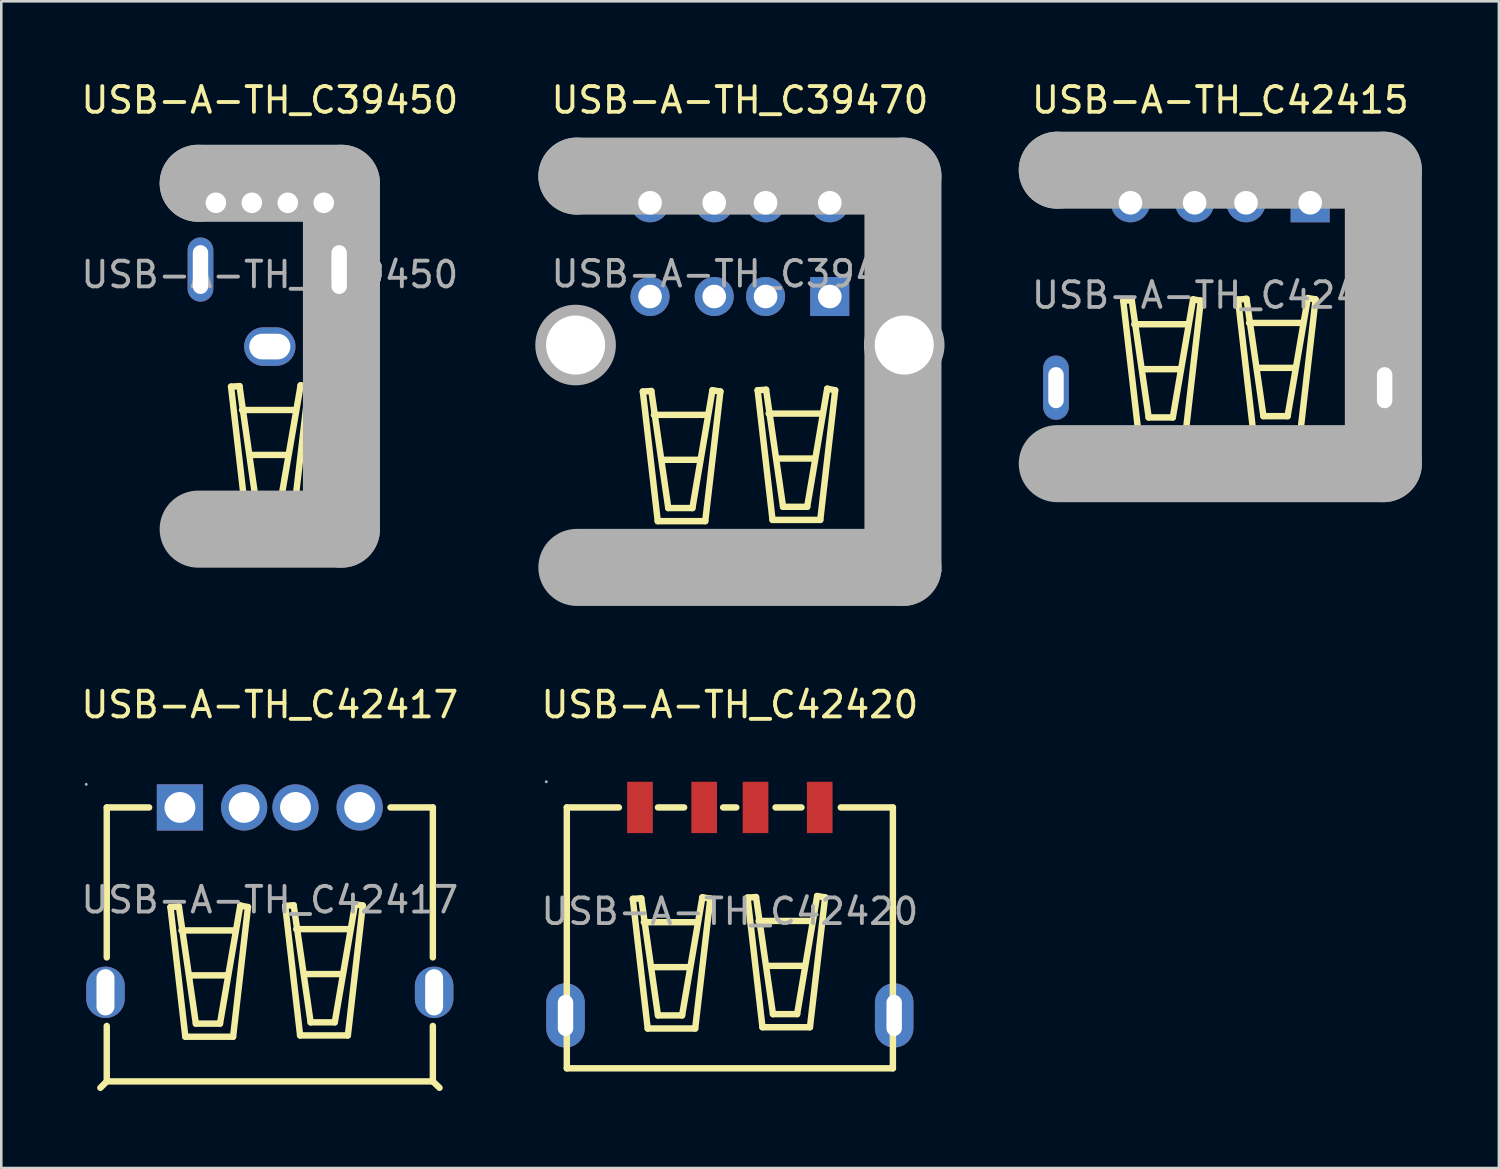
<source format=kicad_pcb>
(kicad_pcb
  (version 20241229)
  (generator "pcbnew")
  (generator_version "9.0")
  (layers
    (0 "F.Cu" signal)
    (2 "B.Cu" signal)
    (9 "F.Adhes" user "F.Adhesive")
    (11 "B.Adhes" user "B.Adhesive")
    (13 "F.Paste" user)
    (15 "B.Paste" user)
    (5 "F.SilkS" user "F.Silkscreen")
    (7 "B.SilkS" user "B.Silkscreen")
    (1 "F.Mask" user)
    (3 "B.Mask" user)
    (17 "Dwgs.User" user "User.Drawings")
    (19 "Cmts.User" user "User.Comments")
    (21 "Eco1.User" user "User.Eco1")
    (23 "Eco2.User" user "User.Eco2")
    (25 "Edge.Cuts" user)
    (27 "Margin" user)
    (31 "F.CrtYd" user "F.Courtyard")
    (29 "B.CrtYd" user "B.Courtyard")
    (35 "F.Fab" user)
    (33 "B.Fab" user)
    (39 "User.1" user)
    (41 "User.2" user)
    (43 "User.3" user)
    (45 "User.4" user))
  (footprint "USB-A-TH_C39450"
    (layer "F.Cu")
    (at 7.458 7.648)
    (property "Reference" "USB-A-TH_C39450" (at 0 -6.8 0) (layer "F.SilkS") (effects (font (size 1 1) (thickness 0.15))))
    (attr through_hole)
    (fp_line (start -1.51 4.36) (end -0.93 9.41) (stroke (width 0.25) (type solid)) (layer "F.SilkS"))
    (fp_line (start -1.18 4.34) (end -1.51 4.36) (stroke (width 0.25) (type solid)) (layer "F.SilkS"))
    (fp_line (start -1.08 5.27) (end 1 5.27) (stroke (width 0.25) (type solid)) (layer "F.SilkS"))
    (fp_line (start -0.93 9.41) (end 0.92 9.41) (stroke (width 0.25) (type solid)) (layer "F.SilkS"))
    (fp_line (start -0.75 7.02) (end 0.69 7.02) (stroke (width 0.25) (type solid)) (layer "F.SilkS"))
    (fp_line (start -0.53 8.9) (end -1.18 4.34) (stroke (width 0.25) (type solid)) (layer "F.SilkS"))
    (fp_line (start 0.41 8.9) (end -0.53 8.9) (stroke (width 0.25) (type solid)) (layer "F.SilkS"))
    (fp_line (start 0.92 9.41) (end 1.51 4.36) (stroke (width 0.25) (type solid)) (layer "F.SilkS"))
    (fp_line (start 1.2 4.31) (end 0.41 8.9) (stroke (width 0.25) (type solid)) (layer "F.SilkS"))
    (fp_line (start 1.51 4.36) (end 1.2 4.31) (stroke (width 0.25) (type solid)) (layer "F.SilkS"))
    (fp_line (start -2.79 -3.56) (end -2.79 -3.56) (stroke (width 3) (type solid)) (layer "F.Fab"))
    (fp_line (start -2.79 -3.56) (end 2.79 -3.56) (stroke (width 3) (type solid)) (layer "F.Fab"))
    (fp_line (start 2.79 -3.56) (end 2.79 9.91) (stroke (width 3) (type solid)) (layer "F.Fab"))
    (fp_line (start 2.79 9.91) (end -2.79 9.91) (stroke (width 3) (type solid)) (layer "F.Fab"))
    (fp_circle (center -3.2 -3.68) (end -3.17 -3.68) (stroke (width 0.06) (type solid)) (fill no) (layer "F.Fab"))
    (fp_circle (center -2.1 -2.8) (end -1.95 -2.8) (stroke (width 0.3) (type solid)) (fill no) (layer "F.Fab"))
    (fp_circle (center -0.7 -2.8) (end -0.55 -2.8) (stroke (width 0.3) (type solid)) (fill no) (layer "F.Fab"))
    (fp_circle (center 0.7 -2.8) (end 0.85 -2.8) (stroke (width 0.3) (type solid)) (fill no) (layer "F.Fab"))
    (fp_circle (center 2.1 -2.8) (end 2.25 -2.8) (stroke (width 0.3) (type solid)) (fill no) (layer "F.Fab"))
    (fp_text user "${REFERENCE}" (at 0 0 0) (layer "F.Fab") (effects (font (size 1 1) (thickness 0.15))))
    (pad "1" thru_hole circle (at -2.1 -2.8) (size 1.2 1.2) (drill 0.8) (layers "*.Cu" "*.Paste" "*.Mask"))
    (pad "2" thru_hole circle (at -0.7 -2.8) (size 1.2 1.2) (drill 0.8) (layers "*.Cu" "*.Paste" "*.Mask"))
    (pad "3" thru_hole circle (at 0.7 -2.8) (size 1.2 1.2) (drill 0.8) (layers "*.Cu" "*.Paste" "*.Mask"))
    (pad "4" thru_hole circle (at 2.1 -2.8) (size 1.2 1.2) (drill 0.8) (layers "*.Cu" "*.Paste" "*.Mask"))
    (pad "5" thru_hole oval (at 2.7 -0.2) (size 1 2.5) (drill oval 0.6 1.9) (layers "*.Cu" "*.Paste" "*.Mask"))
    (pad "6" thru_hole oval (at -2.7 -0.2) (size 1 2.5) (drill oval 0.6 1.9) (layers "*.Cu" "*.Paste" "*.Mask"))
    (pad "7" thru_hole oval (at 0 2.8) (size 2 1.5) (drill oval 1.6 1) (layers "*.Cu" "*.Paste" "*.Mask")))
  (footprint "USB-A-TH_C42415"
    (layer "F.Cu")
    (at 44.477 8.448)
    (property "Reference" "USB-A-TH_C42415" (at 0 -7.6 0) (layer "F.SilkS") (effects (font (size 1 1) (thickness 0.15))))
    (attr through_hole)
    (fp_line (start -3.78 0.22) (end -3.2 5.27) (stroke (width 0.25) (type solid)) (layer "F.SilkS"))
    (fp_line (start -3.45 0.19) (end -3.78 0.22) (stroke (width 0.25) (type solid)) (layer "F.SilkS"))
    (fp_line (start -3.35 1.13) (end -1.27 1.13) (stroke (width 0.25) (type solid)) (layer "F.SilkS"))
    (fp_line (start -3.2 5.27) (end -1.34 5.27) (stroke (width 0.25) (type solid)) (layer "F.SilkS"))
    (fp_line (start -3.02 2.88) (end -1.57 2.88) (stroke (width 0.25) (type solid)) (layer "F.SilkS"))
    (fp_line (start -2.79 4.76) (end -3.45 0.19) (stroke (width 0.25) (type solid)) (layer "F.SilkS"))
    (fp_line (start -1.85 4.76) (end -2.79 4.76) (stroke (width 0.25) (type solid)) (layer "F.SilkS"))
    (fp_line (start -1.34 5.27) (end -0.76 0.21) (stroke (width 0.25) (type solid)) (layer "F.SilkS"))
    (fp_line (start -1.06 0.16) (end -1.85 4.76) (stroke (width 0.25) (type solid)) (layer "F.SilkS"))
    (fp_line (start -0.76 0.21) (end -1.06 0.16) (stroke (width 0.25) (type solid)) (layer "F.SilkS"))
    (fp_line (start 0.69 0.17) (end 1.02 0.14) (stroke (width 0.25) (type solid)) (layer "F.SilkS"))
    (fp_line (start 1.02 0.14) (end 1.68 4.71) (stroke (width 0.25) (type solid)) (layer "F.SilkS"))
    (fp_line (start 1.12 1.08) (end 3.2 1.08) (stroke (width 0.25) (type solid)) (layer "F.SilkS"))
    (fp_line (start 1.27 5.22) (end 0.69 0.17) (stroke (width 0.25) (type solid)) (layer "F.SilkS"))
    (fp_line (start 1.45 2.83) (end 2.9 2.83) (stroke (width 0.25) (type solid)) (layer "F.SilkS"))
    (fp_line (start 1.68 4.71) (end 2.62 4.71) (stroke (width 0.25) (type solid)) (layer "F.SilkS"))
    (fp_line (start 2.62 4.71) (end 3.41 0.11) (stroke (width 0.25) (type solid)) (layer "F.SilkS"))
    (fp_line (start 3.13 5.22) (end 1.27 5.22) (stroke (width 0.25) (type solid)) (layer "F.SilkS"))
    (fp_line (start 3.41 0.11) (end 3.71 0.16) (stroke (width 0.25) (type solid)) (layer "F.SilkS"))
    (fp_line (start 3.71 0.16) (end 3.13 5.22) (stroke (width 0.25) (type solid)) (layer "F.SilkS"))
    (fp_line (start -6.35 -4.87) (end -6.35 -4.87) (stroke (width 3) (type solid)) (layer "F.Fab"))
    (fp_line (start -6.35 -4.87) (end 6.35 -4.87) (stroke (width 3) (type solid)) (layer "F.Fab"))
    (fp_line (start 6.35 -4.87) (end 6.35 6.56) (stroke (width 3) (type solid)) (layer "F.Fab"))
    (fp_line (start 6.35 6.56) (end -6.35 6.56) (stroke (width 3) (type solid)) (layer "F.Fab"))
    (fp_circle (center -3.5 -3.6) (end -3.32 -3.6) (stroke (width 0.36) (type solid)) (fill no) (layer "F.Fab"))
    (fp_circle (center -1 -3.6) (end -0.82 -3.6) (stroke (width 0.36) (type solid)) (fill no) (layer "F.Fab"))
    (fp_circle (center 1 -3.6) (end 1.18 -3.6) (stroke (width 0.36) (type solid)) (fill no) (layer "F.Fab"))
    (fp_circle (center 3.5 -3.6) (end 3.68 -3.6) (stroke (width 0.36) (type solid)) (fill no) (layer "F.Fab"))
    (fp_circle (center 6.9 -5) (end 6.93 -5) (stroke (width 0.06) (type solid)) (fill no) (layer "F.Fab"))
    (fp_text user "${REFERENCE}" (at 0 0 0) (layer "F.Fab") (effects (font (size 1 1) (thickness 0.15))))
    (pad "1" thru_hole rect (at 3.5 -3.6) (size 1.52 1.52) (drill 0.92) (layers "*.Cu" "*.Paste" "*.Mask"))
    (pad "2" thru_hole circle (at 1 -3.6) (size 1.52 1.52) (drill 0.92) (layers "*.Cu" "*.Paste" "*.Mask"))
    (pad "3" thru_hole circle (at -1 -3.6) (size 1.52 1.52) (drill 0.92) (layers "*.Cu" "*.Paste" "*.Mask"))
    (pad "4" thru_hole circle (at -3.5 -3.6) (size 1.52 1.52) (drill 0.92) (layers "*.Cu" "*.Paste" "*.Mask"))
    (pad "5" thru_hole oval (at 6.4 3.6) (size 1 2.5) (drill oval 0.6 1.6) (layers "*.Cu" "*.Paste" "*.Mask"))
    (pad "6" thru_hole oval (at -6.4 3.6) (size 1 2.5) (drill oval 0.6 1.6) (layers "*.Cu" "*.Paste" "*.Mask")))
  (footprint "USB-A-TH_C39470"
    (layer "F.Cu")
    (at 25.767 7.618)
    (property "Reference" "USB-A-TH_C39470" (at 0 -6.77 0) (layer "F.SilkS") (effects (font (size 1 1) (thickness 0.15))))
    (attr through_hole)
    (fp_line (start -3.78 4.58) (end -3.2 9.63) (stroke (width 0.25) (type solid)) (layer "F.SilkS"))
    (fp_line (start -3.45 4.56) (end -3.78 4.58) (stroke (width 0.25) (type solid)) (layer "F.SilkS"))
    (fp_line (start -3.35 5.49) (end -1.27 5.49) (stroke (width 0.25) (type solid)) (layer "F.SilkS"))
    (fp_line (start -3.2 9.63) (end -1.35 9.63) (stroke (width 0.25) (type solid)) (layer "F.SilkS"))
    (fp_line (start -3.02 7.24) (end -1.57 7.24) (stroke (width 0.25) (type solid)) (layer "F.SilkS"))
    (fp_line (start -2.79 9.12) (end -3.45 4.56) (stroke (width 0.25) (type solid)) (layer "F.SilkS"))
    (fp_line (start -1.85 9.12) (end -2.79 9.12) (stroke (width 0.25) (type solid)) (layer "F.SilkS"))
    (fp_line (start -1.35 9.63) (end -0.76 4.58) (stroke (width 0.25) (type solid)) (layer "F.SilkS"))
    (fp_line (start -1.07 4.53) (end -1.85 9.12) (stroke (width 0.25) (type solid)) (layer "F.SilkS"))
    (fp_line (start -0.76 4.58) (end -1.07 4.53) (stroke (width 0.25) (type solid)) (layer "F.SilkS"))
    (fp_line (start 0.69 4.53) (end 1.02 4.51) (stroke (width 0.25) (type solid)) (layer "F.SilkS"))
    (fp_line (start 1.02 4.51) (end 1.68 9.07) (stroke (width 0.25) (type solid)) (layer "F.SilkS"))
    (fp_line (start 1.12 5.44) (end 3.2 5.44) (stroke (width 0.25) (type solid)) (layer "F.SilkS"))
    (fp_line (start 1.27 9.58) (end 0.69 4.53) (stroke (width 0.25) (type solid)) (layer "F.SilkS"))
    (fp_line (start 1.45 7.19) (end 2.9 7.19) (stroke (width 0.25) (type solid)) (layer "F.SilkS"))
    (fp_line (start 1.68 9.07) (end 2.62 9.07) (stroke (width 0.25) (type solid)) (layer "F.SilkS"))
    (fp_line (start 2.62 9.07) (end 3.4 4.47) (stroke (width 0.25) (type solid)) (layer "F.SilkS"))
    (fp_line (start 3.13 9.58) (end 1.27 9.58) (stroke (width 0.25) (type solid)) (layer "F.SilkS"))
    (fp_line (start 3.4 4.47) (end 3.71 4.53) (stroke (width 0.25) (type solid)) (layer "F.SilkS"))
    (fp_line (start 3.71 4.53) (end 3.13 9.58) (stroke (width 0.25) (type solid)) (layer "F.SilkS"))
    (fp_line (start -6.35 -3.81) (end -6.35 -3.81) (stroke (width 3) (type solid)) (layer "F.Fab"))
    (fp_line (start -6.35 -3.81) (end 6.35 -3.81) (stroke (width 3) (type solid)) (layer "F.Fab"))
    (fp_line (start 6.35 -3.81) (end 6.35 11.43) (stroke (width 3) (type solid)) (layer "F.Fab"))
    (fp_line (start 6.35 11.43) (end -6.35 11.43) (stroke (width 3) (type solid)) (layer "F.Fab"))
    (fp_circle (center -6.4 2.77) (end -5.88 2.77) (stroke (width 1.05) (type solid)) (fill no) (layer "F.Fab"))
    (fp_circle (center -3.5 -2.77) (end -3.32 -2.77) (stroke (width 0.36) (type solid)) (fill no) (layer "F.Fab"))
    (fp_circle (center -3.5 0.88) (end -3.32 0.88) (stroke (width 0.36) (type solid)) (fill no) (layer "F.Fab"))
    (fp_circle (center -1 -2.77) (end -0.82 -2.77) (stroke (width 0.36) (type solid)) (fill no) (layer "F.Fab"))
    (fp_circle (center -1 0.88) (end -0.82 0.88) (stroke (width 0.36) (type solid)) (fill no) (layer "F.Fab"))
    (fp_circle (center 1 -2.77) (end 1.18 -2.77) (stroke (width 0.36) (type solid)) (fill no) (layer "F.Fab"))
    (fp_circle (center 1 0.88) (end 1.18 0.88) (stroke (width 0.36) (type solid)) (fill no) (layer "F.Fab"))
    (fp_circle (center 3.5 -2.77) (end 3.68 -2.77) (stroke (width 0.36) (type solid)) (fill no) (layer "F.Fab"))
    (fp_circle (center 3.5 0.88) (end 3.68 0.88) (stroke (width 0.36) (type solid)) (fill no) (layer "F.Fab"))
    (fp_circle (center 6.4 2.77) (end 6.92 2.77) (stroke (width 1.05) (type solid)) (fill no) (layer "F.Fab"))
    (fp_circle (center 7.8 11.56) (end 7.83 11.56) (stroke (width 0.06) (type solid)) (fill no) (layer "F.Fab"))
    (fp_text user "${REFERENCE}" (at 0 0 0) (layer "F.Fab") (effects (font (size 1 1) (thickness 0.15))))
    (pad "1" thru_hole rect (at 3.5 0.88) (size 1.52 1.52) (drill 0.92) (layers "*.Cu" "*.Paste" "*.Mask"))
    (pad "2" thru_hole circle (at 1 0.88) (size 1.52 1.52) (drill 0.92) (layers "*.Cu" "*.Paste" "*.Mask"))
    (pad "3" thru_hole circle (at -1 0.88) (size 1.52 1.52) (drill 0.92) (layers "*.Cu" "*.Paste" "*.Mask"))
    (pad "4" thru_hole circle (at -3.5 0.88) (size 1.52 1.52) (drill 0.92) (layers "*.Cu" "*.Paste" "*.Mask"))
    (pad "5" thru_hole circle (at 3.5 -2.77) (size 1.52 1.52) (drill 0.92) (layers "*.Cu" "*.Paste" "*.Mask"))
    (pad "6" thru_hole circle (at 1 -2.77) (size 1.52 1.52) (drill 0.92) (layers "*.Cu" "*.Paste" "*.Mask"))
    (pad "7" thru_hole circle (at -1 -2.77) (size 1.52 1.52) (drill 0.92) (layers "*.Cu" "*.Paste" "*.Mask"))
    (pad "8" thru_hole circle (at -3.5 -2.77) (size 1.52 1.52) (drill 0.92) (layers "*.Cu" "*.Paste" "*.Mask"))
    (pad "9" thru_hole circle (at 6.4 2.77) (size 2.8 2.8) (drill 2.3) (layers "*.Cu" "*.Paste" "*.Mask"))
    (pad "10" thru_hole circle (at -6.4 2.77) (size 2.8 2.8) (drill 2.3) (layers "*.Cu" "*.Paste" "*.Mask")))
  (footprint "USB-A-TH_C42420"
    (layer "F.Cu")
    (at 25.375 32.447)
    (property "Reference" "USB-A-TH_C42420" (at 0 -8.05 0) (layer "F.SilkS") (effects (font (size 1 1) (thickness 0.15))))
    (attr through_hole)
    (fp_line (start -6.35 -4.05) (end -6.35 6.11) (stroke (width 0.25) (type solid)) (layer "F.SilkS"))
    (fp_line (start -6.35 6.11) (end 6.35 6.11) (stroke (width 0.25) (type solid)) (layer "F.SilkS"))
    (fp_line (start -4.32 -4.05) (end -6.35 -4.05) (stroke (width 0.25) (type solid)) (layer "F.SilkS"))
    (fp_line (start -3.78 -0.49) (end -3.2 4.56) (stroke (width 0.25) (type solid)) (layer "F.SilkS"))
    (fp_line (start -3.45 -0.51) (end -3.78 -0.49) (stroke (width 0.25) (type solid)) (layer "F.SilkS"))
    (fp_line (start -3.35 0.42) (end -1.27 0.42) (stroke (width 0.25) (type solid)) (layer "F.SilkS"))
    (fp_line (start -3.2 4.56) (end -1.35 4.56) (stroke (width 0.25) (type solid)) (layer "F.SilkS"))
    (fp_line (start -3.02 2.17) (end -1.58 2.17) (stroke (width 0.25) (type solid)) (layer "F.SilkS"))
    (fp_line (start -2.8 -4.05) (end -1.78 -4.05) (stroke (width 0.25) (type solid)) (layer "F.SilkS"))
    (fp_line (start -2.8 4.05) (end -3.45 -0.51) (stroke (width 0.25) (type solid)) (layer "F.SilkS"))
    (fp_line (start -1.86 4.05) (end -2.8 4.05) (stroke (width 0.25) (type solid)) (layer "F.SilkS"))
    (fp_line (start -1.35 4.56) (end -0.76 -0.5) (stroke (width 0.25) (type solid)) (layer "F.SilkS"))
    (fp_line (start -1.07 -0.55) (end -1.86 4.05) (stroke (width 0.25) (type solid)) (layer "F.SilkS"))
    (fp_line (start -0.76 -0.5) (end -1.07 -0.55) (stroke (width 0.25) (type solid)) (layer "F.SilkS"))
    (fp_line (start -0.26 -4.05) (end 0.25 -4.05) (stroke (width 0.25) (type solid)) (layer "F.SilkS"))
    (fp_line (start 0.69 -0.54) (end 1.02 -0.56) (stroke (width 0.25) (type solid)) (layer "F.SilkS"))
    (fp_line (start 1.02 -0.56) (end 1.68 4) (stroke (width 0.25) (type solid)) (layer "F.SilkS"))
    (fp_line (start 1.12 0.37) (end 3.2 0.37) (stroke (width 0.25) (type solid)) (layer "F.SilkS"))
    (fp_line (start 1.27 4.51) (end 0.69 -0.54) (stroke (width 0.25) (type solid)) (layer "F.SilkS"))
    (fp_line (start 1.45 2.12) (end 2.89 2.12) (stroke (width 0.25) (type solid)) (layer "F.SilkS"))
    (fp_line (start 1.68 4) (end 2.62 4) (stroke (width 0.25) (type solid)) (layer "F.SilkS"))
    (fp_line (start 2.62 4) (end 3.4 -0.6) (stroke (width 0.25) (type solid)) (layer "F.SilkS"))
    (fp_line (start 2.79 -4.05) (end 1.78 -4.05) (stroke (width 0.25) (type solid)) (layer "F.SilkS"))
    (fp_line (start 3.12 4.51) (end 1.27 4.51) (stroke (width 0.25) (type solid)) (layer "F.SilkS"))
    (fp_line (start 3.4 -0.6) (end 3.71 -0.55) (stroke (width 0.25) (type solid)) (layer "F.SilkS"))
    (fp_line (start 3.71 -0.55) (end 3.12 4.51) (stroke (width 0.25) (type solid)) (layer "F.SilkS"))
    (fp_line (start 6.35 -4.05) (end 4.32 -4.05) (stroke (width 0.25) (type solid)) (layer "F.SilkS"))
    (fp_line (start 6.35 6.11) (end 6.35 -4.05) (stroke (width 0.25) (type solid)) (layer "F.SilkS"))
    (fp_circle (center -7.15 -5.05) (end -7.12 -5.05) (stroke (width 0.06) (type solid)) (fill no) (layer "F.Fab"))
    (fp_text user "${REFERENCE}" (at 0 0 0) (layer "F.Fab") (effects (font (size 1 1) (thickness 0.15))))
    (pad "1" smd rect (at -3.5 -4.05) (size 1 2) (layers "F.Cu" "F.Mask" "F.Paste"))
    (pad "2" smd rect (at -1 -4.05) (size 1 2) (layers "F.Cu" "F.Mask" "F.Paste"))
    (pad "3" smd rect (at 1 -4.05) (size 1 2) (layers "F.Cu" "F.Mask" "F.Paste"))
    (pad "4" smd rect (at 3.5 -4.05) (size 1 2) (layers "F.Cu" "F.Mask" "F.Paste"))
    (pad "5" thru_hole oval (at 6.4 4.05) (size 1.5 2.5) (drill oval 0.6 1.6) (layers "*.Cu" "*.Paste" "*.Mask"))
    (pad "6" thru_hole oval (at -6.4 4.05) (size 1.5 2.5) (drill oval 0.6 1.6) (layers "*.Cu" "*.Paste" "*.Mask")))
  (footprint "USB-A-TH_C42417"
    (layer "F.Cu")
    (at 7.458 31.997)
    (property "Reference" "USB-A-TH_C42417" (at 0 -7.6 0) (layer "F.SilkS") (effects (font (size 1 1) (thickness 0.15))))
    (attr through_hole)
    (fp_line (start -6.35 -3.6) (end -6.35 2.24) (stroke (width 0.25) (type solid)) (layer "F.SilkS"))
    (fp_line (start -6.35 4.91) (end -6.35 7.07) (stroke (width 0.25) (type solid)) (layer "F.SilkS"))
    (fp_line (start -6.35 7.07) (end -6.6 7.32) (stroke (width 0.25) (type solid)) (layer "F.SilkS"))
    (fp_line (start -6.35 7.07) (end 6.35 7.07) (stroke (width 0.25) (type solid)) (layer "F.SilkS"))
    (fp_line (start -4.7 -3.6) (end -6.35 -3.6) (stroke (width 0.25) (type solid)) (layer "F.SilkS"))
    (fp_line (start -3.87 0.28) (end -3.29 5.33) (stroke (width 0.25) (type solid)) (layer "F.SilkS"))
    (fp_line (start -3.54 0.26) (end -3.87 0.28) (stroke (width 0.25) (type solid)) (layer "F.SilkS"))
    (fp_line (start -3.44 1.19) (end -1.36 1.19) (stroke (width 0.25) (type solid)) (layer "F.SilkS"))
    (fp_line (start -3.29 5.33) (end -1.43 5.33) (stroke (width 0.25) (type solid)) (layer "F.SilkS"))
    (fp_line (start -3.11 2.94) (end -1.66 2.94) (stroke (width 0.25) (type solid)) (layer "F.SilkS"))
    (fp_line (start -2.88 4.82) (end -3.54 0.26) (stroke (width 0.25) (type solid)) (layer "F.SilkS"))
    (fp_line (start -1.94 4.82) (end -2.88 4.82) (stroke (width 0.25) (type solid)) (layer "F.SilkS"))
    (fp_line (start -1.43 5.33) (end -0.85 0.28) (stroke (width 0.25) (type solid)) (layer "F.SilkS"))
    (fp_line (start -1.15 0.22) (end -1.94 4.82) (stroke (width 0.25) (type solid)) (layer "F.SilkS"))
    (fp_line (start -0.85 0.28) (end -1.15 0.22) (stroke (width 0.25) (type solid)) (layer "F.SilkS"))
    (fp_line (start 0.6 0.23) (end 0.93 0.21) (stroke (width 0.25) (type solid)) (layer "F.SilkS"))
    (fp_line (start 0.93 0.21) (end 1.59 4.77) (stroke (width 0.25) (type solid)) (layer "F.SilkS"))
    (fp_line (start 1.03 1.14) (end 3.11 1.14) (stroke (width 0.25) (type solid)) (layer "F.SilkS"))
    (fp_line (start 1.18 5.28) (end 0.6 0.23) (stroke (width 0.25) (type solid)) (layer "F.SilkS"))
    (fp_line (start 1.36 2.89) (end 2.81 2.89) (stroke (width 0.25) (type solid)) (layer "F.SilkS"))
    (fp_line (start 1.59 4.77) (end 2.53 4.77) (stroke (width 0.25) (type solid)) (layer "F.SilkS"))
    (fp_line (start 2.53 4.77) (end 3.32 0.17) (stroke (width 0.25) (type solid)) (layer "F.SilkS"))
    (fp_line (start 3.04 5.28) (end 1.18 5.28) (stroke (width 0.25) (type solid)) (layer "F.SilkS"))
    (fp_line (start 3.32 0.17) (end 3.62 0.22) (stroke (width 0.25) (type solid)) (layer "F.SilkS"))
    (fp_line (start 3.62 0.22) (end 3.04 5.28) (stroke (width 0.25) (type solid)) (layer "F.SilkS"))
    (fp_line (start 6.35 -3.6) (end 4.7 -3.6) (stroke (width 0.25) (type solid)) (layer "F.SilkS"))
    (fp_line (start 6.35 2.24) (end 6.35 -3.6) (stroke (width 0.25) (type solid)) (layer "F.SilkS"))
    (fp_line (start 6.35 7.07) (end 6.35 4.91) (stroke (width 0.25) (type solid)) (layer "F.SilkS"))
    (fp_line (start 6.35 7.07) (end 6.61 7.32) (stroke (width 0.25) (type solid)) (layer "F.SilkS"))
    (fp_circle (center -7.15 -4.5) (end -7.12 -4.5) (stroke (width 0.06) (type solid)) (fill no) (layer "F.Fab"))
    (fp_circle (center -3.5 -3.6) (end -3.25 -3.6) (stroke (width 0.5) (type solid)) (fill no) (layer "F.Fab"))
    (fp_circle (center -1 -3.6) (end -0.75 -3.6) (stroke (width 0.5) (type solid)) (fill no) (layer "F.Fab"))
    (fp_circle (center 1 -3.6) (end 1.25 -3.6) (stroke (width 0.5) (type solid)) (fill no) (layer "F.Fab"))
    (fp_circle (center 3.5 -3.6) (end 3.75 -3.6) (stroke (width 0.5) (type solid)) (fill no) (layer "F.Fab"))
    (fp_text user "${REFERENCE}" (at 0 0 0) (layer "F.Fab") (effects (font (size 1 1) (thickness 0.15))))
    (pad "1" thru_hole rect (at -3.5 -3.6) (size 1.8 1.8) (drill 1.2) (layers "*.Cu" "*.Paste" "*.Mask"))
    (pad "2" thru_hole circle (at -1 -3.6) (size 1.8 1.8) (drill 1.2) (layers "*.Cu" "*.Paste" "*.Mask"))
    (pad "3" thru_hole circle (at 1 -3.6) (size 1.8 1.8) (drill 1.2) (layers "*.Cu" "*.Paste" "*.Mask"))
    (pad "4" thru_hole circle (at 3.5 -3.6) (size 1.8 1.8) (drill 1.2) (layers "*.Cu" "*.Paste" "*.Mask"))
    (pad "5" thru_hole oval (at 6.4 3.6 90) (size 2 1.5) (drill oval 1.8 0.7) (layers "*.Cu" "*.Paste" "*.Mask"))
    (pad "6" thru_hole oval (at -6.4 3.6 90) (size 2 1.5) (drill oval 1.8 0.7) (layers "*.Cu" "*.Paste" "*.Mask")))
  (gr_rect
    (start -3 -3)
    (end 55.327 42.441)
    (stroke (width 0.1) (type default))
    (fill no)
    (layer "Edge.Cuts")))
</source>
